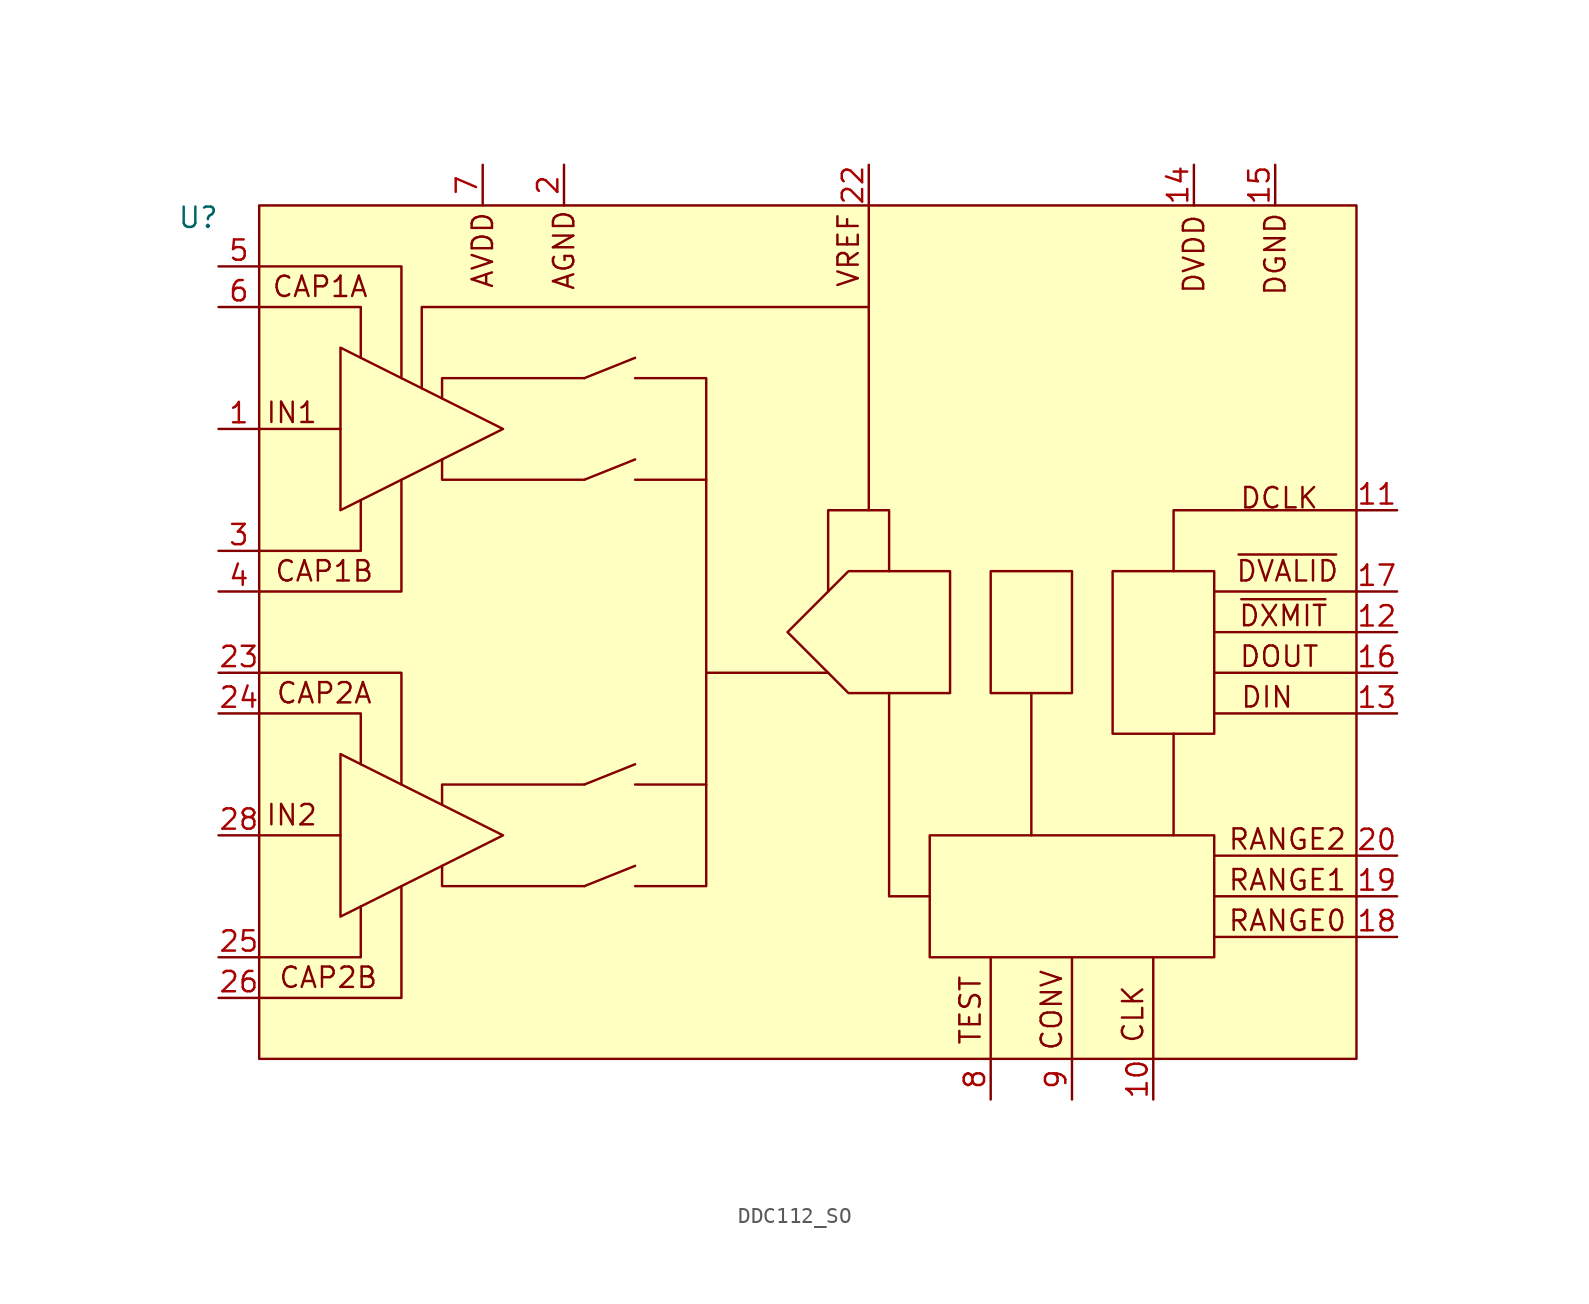
<source format=kicad_sym>
(kicad_symbol_lib
  (version 20241209)
  (generator "kicad_symbol_editor")
  (generator_version "9.0")
  (symbol "DDC112_SO"
    (pin_names
      (offset 0.002)
      (hide yes))
    (property "Reference" "U"
      (at -3.81 3.048 0)
      (effects (font (size 1.27 1.27))))
    (property "Value" ""
      (at 0 0 0)
      (effects (font (size 1.27 1.27))))
    (symbol "DDC112_SO_0_1"
      (polyline (pts (xy 0 0) (xy 8.89 0) (xy 8.89 -6.985)) (stroke (width 0) (type default)) (fill (type none)))
      (polyline (pts (xy 0 -2.54) (xy 6.35 -2.54) (xy 6.35 -5.715)) (stroke (width 0) (type default)) (fill (type none)))
      (polyline (pts (xy 0 -10.16) (xy 5.08 -10.16)) (stroke (width 0) (type default)) (fill (type none)))
      (polyline (pts (xy 0 -17.78) (xy 6.35 -17.78) (xy 6.35 -14.605)) (stroke (width 0) (type default)) (fill (type none)))
      (polyline (pts (xy 0 -20.32) (xy 8.89 -20.32) (xy 8.89 -13.335)) (stroke (width 0) (type default)) (fill (type none)))
      (polyline (pts (xy 0 -25.4) (xy 8.89 -25.4) (xy 8.89 -32.385)) (stroke (width 0) (type default)) (fill (type none)))
      (polyline (pts (xy 0 -27.94) (xy 6.35 -27.94) (xy 6.35 -31.115)) (stroke (width 0) (type default)) (fill (type none)))
      (polyline (pts (xy 0 -35.56) (xy 5.08 -35.56)) (stroke (width 0) (type default)) (fill (type none)))
      (polyline (pts (xy 0 -43.18) (xy 6.35 -43.18) (xy 6.35 -40.005)) (stroke (width 0) (type default)) (fill (type none)))
      (polyline (pts (xy 0 -45.72) (xy 8.89 -45.72) (xy 8.89 -38.735)) (stroke (width 0) (type default)) (fill (type none)))
      (polyline (pts (xy 5.08 -5.08) (xy 5.08 -15.24) (xy 15.24 -10.16) (xy 5.08 -5.08)) (stroke (width 0) (type default)) (fill (type none)))
      (polyline (pts (xy 5.08 -30.48) (xy 5.08 -40.64) (xy 15.24 -35.56) (xy 5.08 -30.48)) (stroke (width 0) (type default)) (fill (type none)))
      (polyline (pts (xy 10.16 -7.62) (xy 10.16 -2.54) (xy 38.1 -2.54)) (stroke (width 0) (type default)) (fill (type none)))
      (polyline (pts (xy 11.43 -8.255) (xy 11.43 -6.985) (xy 20.32 -6.985)) (stroke (width 0) (type default)) (fill (type none)))
      (polyline (pts (xy 11.43 -12.065) (xy 11.43 -13.335) (xy 20.32 -13.335)) (stroke (width 0) (type default)) (fill (type none)))
      (polyline (pts (xy 11.43 -33.655) (xy 11.43 -32.385) (xy 20.32 -32.385)) (stroke (width 0) (type default)) (fill (type none)))
      (polyline (pts (xy 11.43 -37.465) (xy 11.43 -38.735) (xy 20.32 -38.735)) (stroke (width 0) (type default)) (fill (type none)))
      (polyline (pts (xy 20.32 -6.985) (xy 23.495 -5.715)) (stroke (width 0) (type default)) (fill (type none)))
      (polyline (pts (xy 20.32 -13.335) (xy 23.495 -12.065)) (stroke (width 0) (type default)) (fill (type none)))
      (polyline (pts (xy 20.32 -32.385) (xy 23.495 -31.115)) (stroke (width 0) (type default)) (fill (type none)))
      (polyline (pts (xy 20.32 -38.735) (xy 23.495 -37.465)) (stroke (width 0) (type default)) (fill (type none)))
      (polyline (pts (xy 23.495 -6.985) (xy 27.94 -6.985) (xy 27.94 -13.335) (xy 23.495 -13.335)) (stroke (width 0) (type default)) (fill (type none)))
      (polyline (pts (xy 23.495 -32.385) (xy 27.94 -32.385) (xy 27.94 -38.735) (xy 23.495 -38.735)) (stroke (width 0) (type default)) (fill (type none)))
      (polyline (pts (xy 27.94 -13.335) (xy 27.94 -32.385)) (stroke (width 0) (type default)) (fill (type none)))
      (polyline (pts (xy 33.02 -22.86) (xy 36.83 -19.05) (xy 43.18 -19.05) (xy 43.18 -26.67) (xy 36.83 -26.67) (xy 33.02 -22.86)) (stroke (width 0) (type default)) (fill (type none)))
      (polyline (pts (xy 35.56 -20.32) (xy 35.56 -15.24) (xy 39.37 -15.24) (xy 39.37 -19.05)) (stroke (width 0) (type default)) (fill (type none)))
      (polyline (pts (xy 35.56 -25.4) (xy 27.94 -25.4)) (stroke (width 0) (type default)) (fill (type none)))
      (polyline (pts (xy 38.1 3.81) (xy 38.1 -15.24)) (stroke (width 0) (type default)) (fill (type none))))
    (symbol "DDC112_SO_1_1"
      (rectangle (start 0 3.81) (end 68.58 -49.53) (stroke (width 0) (type solid)) (fill (type background)))
      (polyline (pts (xy 39.37 -26.67) (xy 39.37 -39.37) (xy 41.91 -39.37)) (stroke (width 0) (type default)) (fill (type none)))
      (rectangle (start 41.91 -35.56) (end 59.69 -43.18) (stroke (width 0) (type solid)) (fill (type none)))
      (rectangle (start 45.72 -19.05) (end 50.8 -26.67) (stroke (width 0) (type solid)) (fill (type none)))
      (polyline (pts (xy 45.72 -49.53) (xy 45.72 -43.18)) (stroke (width 0) (type default)) (fill (type none)))
      (polyline (pts (xy 48.26 -26.67) (xy 48.26 -35.56)) (stroke (width 0) (type default)) (fill (type none)))
      (polyline (pts (xy 50.8 -49.53) (xy 50.8 -43.18)) (stroke (width 0) (type default)) (fill (type none)))
      (rectangle (start 53.34 -19.05) (end 59.69 -29.21) (stroke (width 0) (type solid)) (fill (type none)))
      (polyline (pts (xy 55.88 -49.53) (xy 55.88 -43.18)) (stroke (width 0) (type default)) (fill (type none)))
      (polyline (pts (xy 57.15 -29.21) (xy 57.15 -35.56)) (stroke (width 0) (type default)) (fill (type none)))
      (polyline (pts (xy 59.69 -36.83) (xy 68.58 -36.83)) (stroke (width 0) (type default)) (fill (type none)))
      (polyline (pts (xy 59.69 -39.37) (xy 68.58 -39.37)) (stroke (width 0) (type default)) (fill (type none)))
      (polyline (pts (xy 59.69 -41.91) (xy 68.58 -41.91)) (stroke (width 0) (type default)) (fill (type none)))
      (polyline (pts (xy 68.58 -15.24) (xy 57.15 -15.24) (xy 57.15 -19.05)) (stroke (width 0) (type default)) (fill (type none)))
      (polyline (pts (xy 68.58 -20.32) (xy 59.69 -20.32)) (stroke (width 0) (type default)) (fill (type none)))
      (polyline (pts (xy 68.58 -22.86) (xy 59.69 -22.86)) (stroke (width 0) (type default)) (fill (type none)))
      (polyline (pts (xy 68.58 -25.4) (xy 59.69 -25.4)) (stroke (width 0) (type default)) (fill (type none)))
      (polyline (pts (xy 68.58 -27.94) (xy 59.69 -27.94)) (stroke (width 0) (type default)) (fill (type none)))
      (text "IN1" (at 2.032 -9.144 0) (effects (font (size 1.27 1.27))))
      (text "IN2" (at 2.032 -34.29 0) (effects (font (size 1.27 1.27))))
      (text "CAP1A" (at 3.81 -1.27 0) (effects (font (size 1.27 1.27))))
      (text "CAP1B" (at 4.064 -19.05 0) (effects (font (size 1.27 1.27))))
      (text "CAP2A" (at 4.064 -26.67 0) (effects (font (size 1.27 1.27))))
      (text "CAP2B" (at 4.318 -44.45 0) (effects (font (size 1.27 1.27))))
      (text "AVDD" (at 13.97 1.016 900) (effects (font (size 1.27 1.27))))
      (text "AGND" (at 19.05 1.016 900) (effects (font (size 1.27 1.27))))
      (text "VREF" (at 36.83 1.016 900) (effects (font (size 1.27 1.27))))
      (text "TEST" (at 44.45 -46.482 900) (effects (font (size 1.27 1.27))))
      (text "CONV" (at 49.53 -46.482 900) (effects (font (size 1.27 1.27))))
      (text "CLK" (at 54.61 -46.736 900) (effects (font (size 1.27 1.27))))
      (text "DVDD" (at 58.42 0.762 900) (effects (font (size 1.27 1.27))))
      (text "DIN" (at 62.992 -26.924 0) (effects (font (size 1.27 1.27))))
      (text "DGND" (at 63.5 0.762 900) (effects (font (size 1.27 1.27))))
      (text "DCLK" (at 63.754 -14.478 0) (effects (font (size 1.27 1.27))))
      (text "DOUT" (at 63.754 -24.384 0) (effects (font (size 1.27 1.27))))
      (text "~{DXMIT}" (at 64.008 -21.844 0) (effects (font (size 1.27 1.27))))
      (text "~{DVALID}" (at 64.262 -19.05 0) (effects (font (size 1.27 1.27))))
      (text "RANGE2" (at 64.262 -35.814 0) (effects (font (size 1.27 1.27))))
      (text "RANGE1" (at 64.262 -38.354 0) (effects (font (size 1.27 1.27))))
      (text "RANGE0" (at 64.262 -40.894 0) (effects (font (size 1.27 1.27))))
      (pin input line (at -2.54 0 0) (length 2.54) (name "CAP1A" (effects (font (size 1.27 1.27)))) (number "5" (effects (font (size 1.27 1.27)))))
      (pin input line (at -2.54 -2.54 0) (length 2.54) (name "CAP1A" (effects (font (size 1.27 1.27)))) (number "6" (effects (font (size 1.27 1.27)))))
      (pin input line (at -2.54 -10.16 0) (length 2.54) (name "IN1" (effects (font (size 1.27 1.27)))) (number "1" (effects (font (size 1.27 1.27)))))
      (pin input line (at -2.54 -17.78 0) (length 2.54) (name "CAP1B" (effects (font (size 1.27 1.27)))) (number "3" (effects (font (size 1.27 1.27)))))
      (pin input line (at -2.54 -20.32 0) (length 2.54) (name "CAP1B" (effects (font (size 1.27 1.27)))) (number "4" (effects (font (size 1.27 1.27)))))
      (pin input line (at -2.54 -25.4 0) (length 2.54) (name "CAP2A" (effects (font (size 1.27 1.27)))) (number "23" (effects (font (size 1.27 1.27)))))
      (pin input line (at -2.54 -27.94 0) (length 2.54) (name "CAP2A" (effects (font (size 1.27 1.27)))) (number "24" (effects (font (size 1.27 1.27)))))
      (pin input line (at -2.54 -35.56 0) (length 2.54) (name "IN2" (effects (font (size 1.27 1.27)))) (number "28" (effects (font (size 1.27 1.27)))))
      (pin input line (at -2.54 -43.18 0) (length 2.54) (name "CAP2B" (effects (font (size 1.27 1.27)))) (number "25" (effects (font (size 1.27 1.27)))))
      (pin input line (at -2.54 -45.72 0) (length 2.54) (name "CAP2B" (effects (font (size 1.27 1.27)))) (number "26" (effects (font (size 1.27 1.27)))))
      (pin input line (at 13.97 6.35 270) (length 2.54) (name "AVDD" (effects (font (size 1.27 1.27)))) (number "7" (effects (font (size 1.27 1.27)))))
      (pin input line (at 19.05 6.35 270) (length 2.54) (name "AGND" (effects (font (size 1.27 1.27)))) (number "2" (effects (font (size 1.27 1.27)))))
      (pin input line (at 19.05 6.35 270) (length 2.54) (hide yes) (name "AGND" (effects (font (size 1.27 1.27)))) (number "21" (effects (font (size 1.27 1.27)))))
      (pin input line (at 19.05 6.35 270) (length 2.54) (hide yes) (name "AGND" (effects (font (size 1.27 1.27)))) (number "27" (effects (font (size 1.27 1.27)))))
      (pin input line (at 38.1 6.35 270) (length 2.54) (name "VREF" (effects (font (size 1.27 1.27)))) (number "22" (effects (font (size 1.27 1.27)))))
      (pin input line (at 45.72 -52.07 90) (length 2.54) (name "TEST" (effects (font (size 1.27 1.27)))) (number "8" (effects (font (size 1.27 1.27)))))
      (pin input line (at 50.8 -52.07 90) (length 2.54) (name "CONV" (effects (font (size 1.27 1.27)))) (number "9" (effects (font (size 1.27 1.27)))))
      (pin input line (at 55.88 -52.07 90) (length 2.54) (name "CLK" (effects (font (size 1.27 1.27)))) (number "10" (effects (font (size 1.27 1.27)))))
      (pin input line (at 58.42 6.35 270) (length 2.54) (name "DVDD" (effects (font (size 1.27 1.27)))) (number "14" (effects (font (size 1.27 1.27)))))
      (pin input line (at 63.5 6.35 270) (length 2.54) (name "DGND" (effects (font (size 1.27 1.27)))) (number "15" (effects (font (size 1.27 1.27)))))
      (pin input line (at 71.12 -15.24 180) (length 2.54) (name "DCLK" (effects (font (size 1.27 1.27)))) (number "11" (effects (font (size 1.27 1.27)))))
      (pin input line (at 71.12 -20.32 180) (length 2.54) (name "~{DVALID}" (effects (font (size 1.27 1.27)))) (number "17" (effects (font (size 1.27 1.27)))))
      (pin input line (at 71.12 -22.86 180) (length 2.54) (name "~{DXMIT}" (effects (font (size 1.27 1.27)))) (number "12" (effects (font (size 1.27 1.27)))))
      (pin input line (at 71.12 -25.4 180) (length 2.54) (name "DOUT" (effects (font (size 1.27 1.27)))) (number "16" (effects (font (size 1.27 1.27)))))
      (pin input line (at 71.12 -27.94 180) (length 2.54) (name "DIN" (effects (font (size 1.27 1.27)))) (number "13" (effects (font (size 1.27 1.27)))))
      (pin input line (at 71.12 -36.83 180) (length 2.54) (name "RANGE2" (effects (font (size 1.27 1.27)))) (number "20" (effects (font (size 1.27 1.27)))))
      (pin input line (at 71.12 -39.37 180) (length 2.54) (name "RANGE1" (effects (font (size 1.27 1.27)))) (number "19" (effects (font (size 1.27 1.27)))))
      (pin input line (at 71.12 -41.91 180) (length 2.54) (name "RANGE0" (effects (font (size 1.27 1.27)))) (number "18" (effects (font (size 1.27 1.27))))))))
</source>
